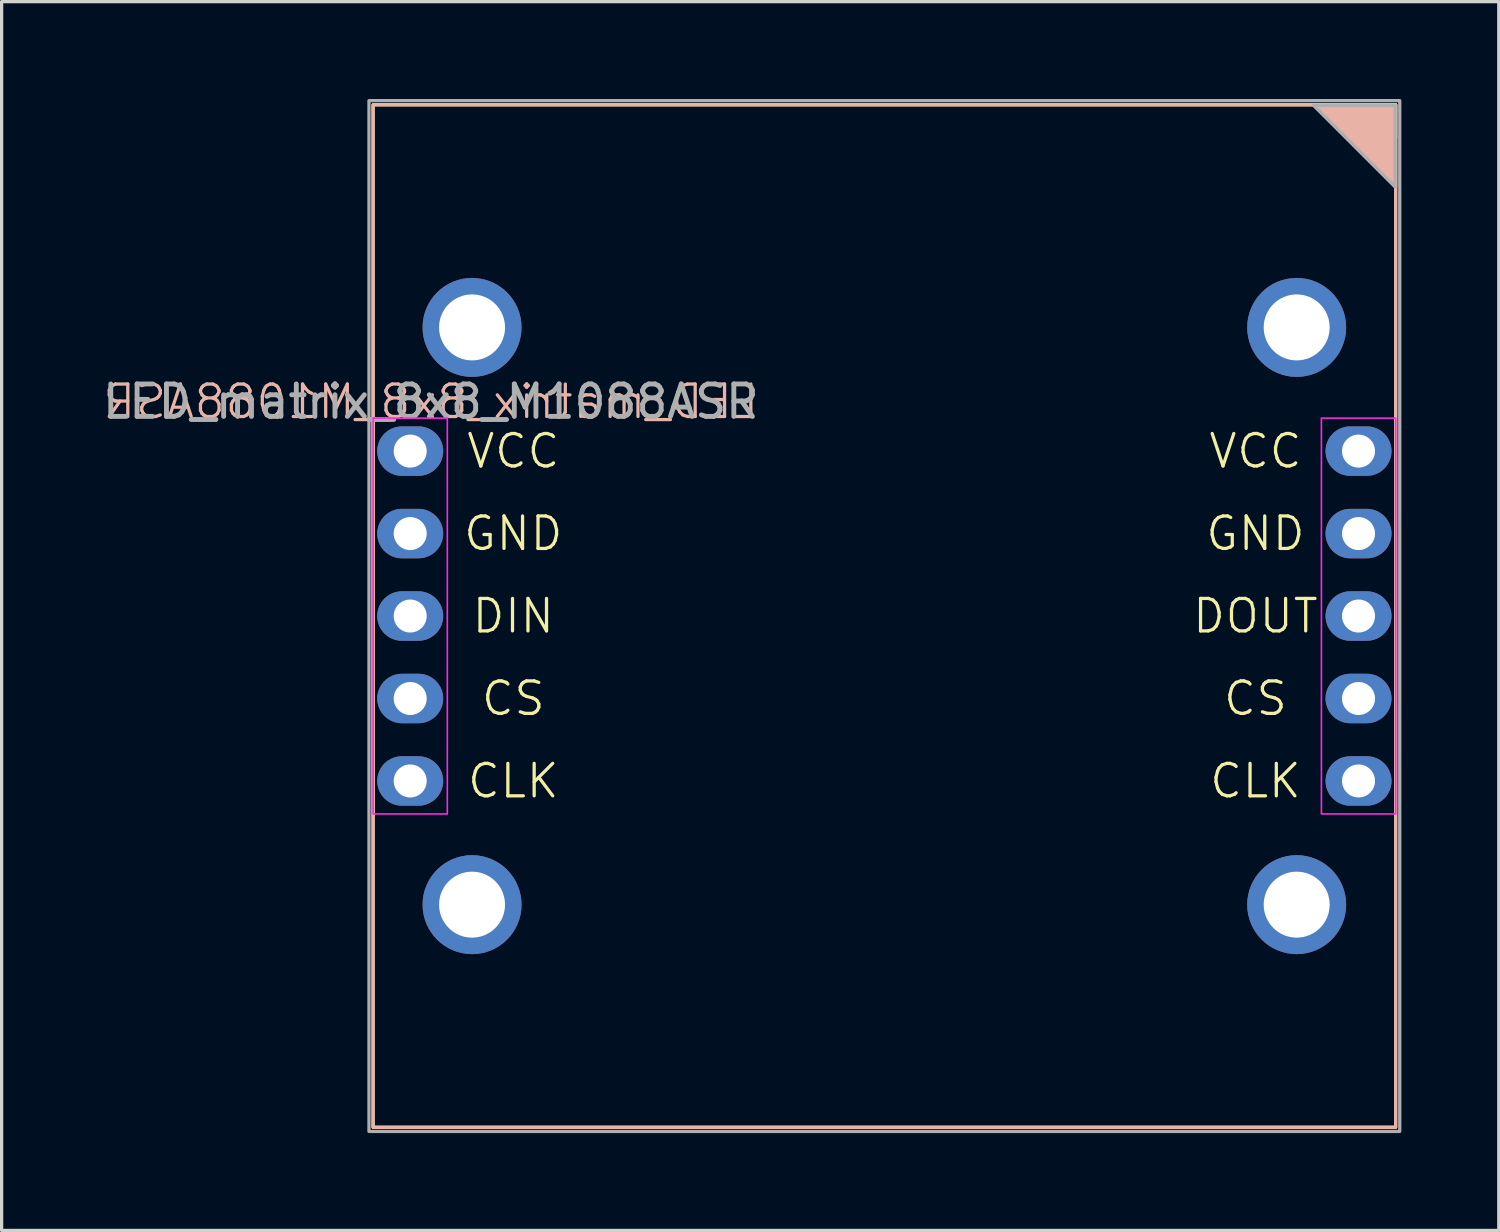
<source format=kicad_pcb>
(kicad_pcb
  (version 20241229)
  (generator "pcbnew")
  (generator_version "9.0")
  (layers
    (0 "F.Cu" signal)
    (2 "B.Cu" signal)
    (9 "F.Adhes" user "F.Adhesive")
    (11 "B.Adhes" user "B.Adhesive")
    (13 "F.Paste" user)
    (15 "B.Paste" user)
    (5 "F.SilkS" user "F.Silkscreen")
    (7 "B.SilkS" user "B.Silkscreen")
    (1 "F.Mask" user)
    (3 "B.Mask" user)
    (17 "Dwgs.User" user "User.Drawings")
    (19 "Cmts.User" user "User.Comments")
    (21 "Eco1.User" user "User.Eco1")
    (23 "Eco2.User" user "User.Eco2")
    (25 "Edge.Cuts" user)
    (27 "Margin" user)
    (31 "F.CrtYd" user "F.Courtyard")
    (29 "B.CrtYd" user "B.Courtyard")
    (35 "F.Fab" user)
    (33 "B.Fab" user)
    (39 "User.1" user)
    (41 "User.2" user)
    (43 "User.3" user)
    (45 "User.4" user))
  (footprint "LED_matrix_8x8_M1088ASR"
    (layer "F.Cu")
    (at 24.19 15.925)
    (property "Reference" "LED_matrix_8x8_M1088ASR" (at -13.97 -6.604 0) (unlocked yes) (layer "F.SilkS") (effects (font (size 1 1) (thickness 0.1))))
    (attr through_hole)
    (fp_rect (start 15.748 15.748) (end -15.748 -15.748) (stroke (width 0.1) (type default)) (fill no) (layer "F.SilkS"))
    (fp_poly (pts (xy 15.748 -15.748) (xy 15.748 -14.732) (xy 14.732 -15.748)) (stroke (width 0.1) (type solid)) (fill yes) (layer "F.SilkS"))
    (fp_rect (start 15.748 15.748) (end -15.748 -15.748) (stroke (width 0.1) (type default)) (fill no) (layer "B.SilkS"))
    (fp_poly (pts (xy 15.748 -13.208) (xy 15.748 -15.748) (xy 13.208 -15.748)) (stroke (width 0.1) (type solid)) (fill yes) (layer "B.SilkS"))
    (fp_rect (start -15.748 -6.096) (end -13.462 6.096) (stroke (width 0.05) (type default)) (fill no) (layer "F.CrtYd"))
    (fp_rect (start 13.462 -6.096) (end 15.748 6.096) (stroke (width 0.05) (type default)) (fill no) (layer "F.CrtYd"))
    (fp_rect (start 15.875 15.875) (end -15.875 -15.875) (stroke (width 0.1) (type default)) (fill no) (layer "F.Fab"))
    (fp_poly (pts (xy 15.728 -15.728) (xy 15.728 -13.228) (xy 13.228 -15.728)) (stroke (width 0.1) (type solid)) (fill no) (layer "F.Fab"))
    (fp_text user "DOUT" (at 11.43 0 0) (unlocked yes) (layer "F.SilkS") (effects (font (size 1 1) (thickness 0.1))))
    (fp_text user "CLK" (at -11.43 5.08 0) (unlocked yes) (layer "F.SilkS") (effects (font (size 1 1) (thickness 0.1))))
    (fp_text user "VCC" (at -11.43 -5.08 0) (unlocked yes) (layer "F.SilkS") (effects (font (size 1 1) (thickness 0.1))))
    (fp_text user "GND" (at -11.43 -2.54 0) (unlocked yes) (layer "F.SilkS") (effects (font (size 1 1) (thickness 0.1))))
    (fp_text user "CS" (at 11.43 2.54 0) (unlocked yes) (layer "F.SilkS") (effects (font (size 1 1) (thickness 0.1))))
    (fp_text user "GND" (at 11.43 -2.54 0) (unlocked yes) (layer "F.SilkS") (effects (font (size 1 1) (thickness 0.1))))
    (fp_text user "VCC" (at 11.43 -5.08 0) (unlocked yes) (layer "F.SilkS") (effects (font (size 1 1) (thickness 0.1))))
    (fp_text user "DIN" (at -11.43 0 0) (unlocked yes) (layer "F.SilkS") (effects (font (size 1 1) (thickness 0.1))))
    (fp_text user "CS" (at -11.43 2.54 0) (unlocked yes) (layer "F.SilkS") (effects (font (size 1 1) (thickness 0.1))))
    (fp_text user "CLK" (at 11.43 5.08 0) (unlocked yes) (layer "F.SilkS") (effects (font (size 1 1) (thickness 0.1))))
    (fp_text user "${REFERENCE}" (at -13.97 -6.604 0) (unlocked yes) (layer "B.SilkS") (effects (font (size 1 1) (thickness 0.1)) (justify mirror)))
    (fp_text user "${REFERENCE}" (at -13.97 -6.604 0) (unlocked yes) (layer "F.Fab") (effects (font (size 1 1) (thickness 0.15))))
    (pad "" np_thru_hole circle (at -12.7 -8.89) (size 3.048 3.048) (drill 2.032) (layers "*.Cu" "*.Mask"))
    (pad "" np_thru_hole circle (at -12.7 8.89) (size 3.048 3.048) (drill 2.032) (layers "*.Cu" "*.Mask"))
    (pad "" np_thru_hole circle (at 12.7 -8.89) (size 3.048 3.048) (drill 2.032) (layers "*.Cu" "*.Mask"))
    (pad "" np_thru_hole circle (at 12.7 8.89) (size 3.048 3.048) (drill 2.032) (layers "*.Cu" "*.Mask"))
    (pad "CLK" thru_hole oval (at -14.605 5.08 180) (size 2.032 1.524) (drill 1.016) (layers "*.Cu" "*.Mask"))
    (pad "CLK" thru_hole oval (at 14.605 5.08 180) (size 2.032 1.524) (drill 1.016) (layers "*.Cu" "*.Mask"))
    (pad "CS" thru_hole oval (at -14.605 2.54 180) (size 2.032 1.524) (drill 1.016) (layers "*.Cu" "*.Mask"))
    (pad "CS" thru_hole oval (at 14.605 2.54 180) (size 2.032 1.524) (drill 1.016) (layers "*.Cu" "*.Mask"))
    (pad "DIN" thru_hole oval (at -14.605 0 180) (size 2.032 1.524) (drill 1.016) (layers "*.Cu" "*.Mask"))
    (pad "DOUT" thru_hole oval (at 14.605 0 180) (size 2.032 1.524) (drill 1.016) (layers "*.Cu" "*.Mask"))
    (pad "GND" thru_hole oval (at -14.605 -2.54 180) (size 2.032 1.524) (drill 1.016) (layers "*.Cu" "*.Mask"))
    (pad "GND" thru_hole oval (at 14.605 -2.54 180) (size 2.032 1.524) (drill 1.016) (layers "*.Cu" "*.Mask"))
    (pad "VCC" thru_hole oval (at -14.605 -5.08 180) (size 2.032 1.524) (drill 1.016) (layers "*.Cu" "*.Mask"))
    (pad "VCC" thru_hole oval (at 14.605 -5.08 180) (size 2.032 1.524) (drill 1.016) (layers "*.Cu" "*.Mask")))
  (gr_rect
    (start -3 -3)
    (end 43.115 34.85)
    (stroke (width 0.1) (type default))
    (fill no)
    (layer "Edge.Cuts")))
</source>
